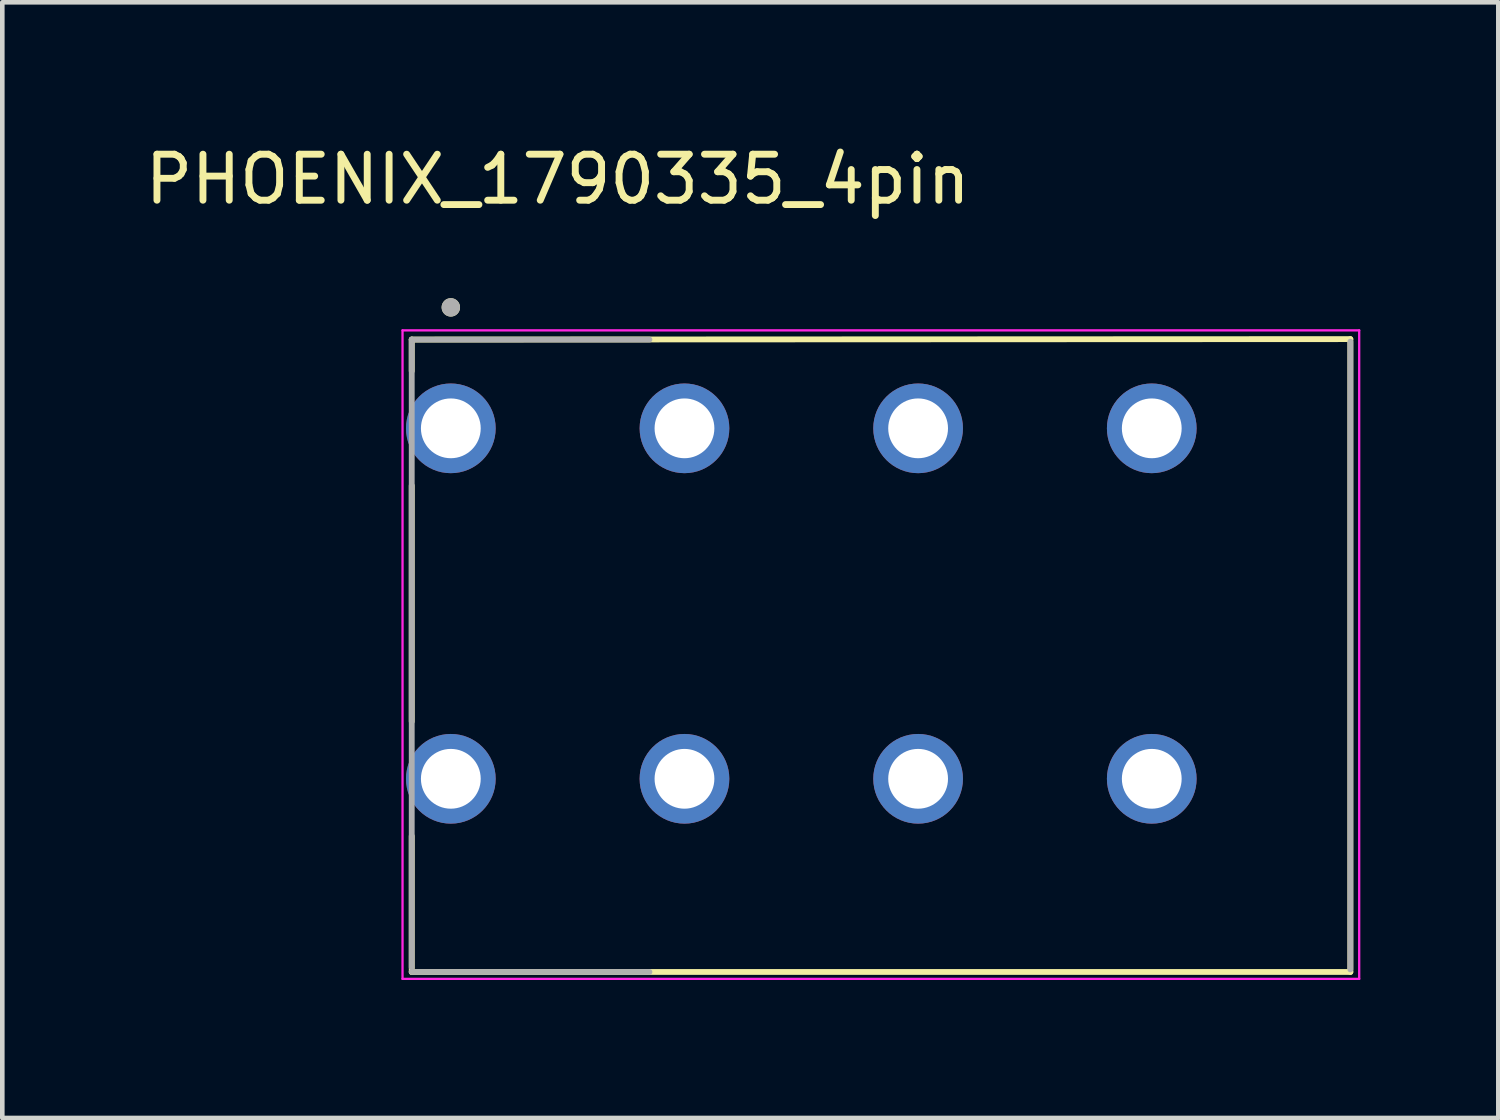
<source format=kicad_pcb>
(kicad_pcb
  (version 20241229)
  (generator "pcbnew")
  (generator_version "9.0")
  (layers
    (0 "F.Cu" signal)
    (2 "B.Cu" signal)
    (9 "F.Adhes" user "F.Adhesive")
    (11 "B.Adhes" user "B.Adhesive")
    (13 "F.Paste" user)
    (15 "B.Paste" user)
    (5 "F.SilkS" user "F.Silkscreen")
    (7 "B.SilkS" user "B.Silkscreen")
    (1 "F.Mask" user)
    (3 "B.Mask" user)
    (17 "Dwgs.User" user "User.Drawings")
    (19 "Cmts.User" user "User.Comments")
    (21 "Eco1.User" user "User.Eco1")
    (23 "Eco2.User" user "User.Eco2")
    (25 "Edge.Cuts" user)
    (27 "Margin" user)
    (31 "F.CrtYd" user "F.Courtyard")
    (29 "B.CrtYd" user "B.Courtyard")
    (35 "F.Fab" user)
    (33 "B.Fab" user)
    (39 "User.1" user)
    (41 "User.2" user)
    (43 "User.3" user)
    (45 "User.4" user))
  (footprint "PHOENIX_1790335_4pin"
    (layer "F.Cu")
    (at 5.902 17.983)
    (property "Reference" "PHOENIX_1790335_4pin" (at 3.175 -17.135 0) (layer "F.SilkS") (effects (font (size 1 1) (thickness 0.15))))
    (attr through_hole)
    (fp_line (start 0 -13.65) (end 0 -12.965) (stroke (width 0.127) (type solid)) (layer "F.SilkS"))
    (fp_line (start 0 -10.475) (end 0 -5.345) (stroke (width 0.127) (type solid)) (layer "F.SilkS"))
    (fp_line (start 0 -2.855) (end 0 0.1) (stroke (width 0.127) (type solid)) (layer "F.SilkS"))
    (fp_line (start 0 0.1) (end 20.408 0.1) (stroke (width 0.127) (type solid)) (layer "F.SilkS"))
    (fp_line (start 20.408 -13.66) (end 0 -13.65) (stroke (width 0.127) (type solid)) (layer "F.SilkS"))
    (fp_line (start 20.408 0.1) (end 20.408 -13.66) (stroke (width 0.127) (type solid)) (layer "F.SilkS"))
    (fp_circle (center 0.85 -14.35) (end 0.95 -14.35) (stroke (width 0.2) (type solid)) (fill no) (layer "F.SilkS"))
    (fp_line (start -0.2 -13.85) (end 20.6 -13.85) (stroke (width 0.05) (type default)) (layer "F.CrtYd"))
    (fp_line (start -0.2 0.25) (end -0.2 -13.85) (stroke (width 0.05) (type default)) (layer "F.CrtYd"))
    (fp_line (start 20.6 -13.85) (end 20.6 0.25) (stroke (width 0.05) (type default)) (layer "F.CrtYd"))
    (fp_line (start 20.6 0.25) (end -0.2 0.25) (stroke (width 0.05) (type default)) (layer "F.CrtYd"))
    (fp_line (start 0 -13.65) (end 0 0) (stroke (width 0.127) (type solid)) (layer "F.Fab"))
    (fp_line (start 0 0.1) (end 5.168 0.1) (stroke (width 0.127) (type solid)) (layer "F.Fab"))
    (fp_line (start 5.168 -13.65) (end 0 -13.65) (stroke (width 0.127) (type solid)) (layer "F.Fab"))
    (fp_line (start 20.408 0.045) (end 20.408 -13.605) (stroke (width 0.127) (type solid)) (layer "F.Fab"))
    (fp_circle (center 0.85 -14.35) (end 0.95 -14.35) (stroke (width 0.2) (type solid)) (fill no) (layer "F.Fab"))
    (pad "1" thru_hole circle (at 0.85 -11.72) (size 1.95 1.95) (drill 1.3) (layers "*.Cu" "*.Mask"))
    (pad "1" thru_hole circle (at 0.85 -4.1) (size 1.95 1.95) (drill 1.3) (layers "*.Cu" "*.Mask"))
    (pad "1" thru_hole circle (at 5.93 -4.1) (size 1.95 1.95) (drill 1.3) (layers "*.Cu" "*.Mask"))
    (pad "2" thru_hole circle (at 5.93 -11.72) (size 1.95 1.95) (drill 1.3) (layers "*.Cu" "*.Mask"))
    (pad "3" thru_hole circle (at 11.01 -11.72) (size 1.95 1.95) (drill 1.3) (layers "*.Cu" "*.Mask"))
    (pad "3" thru_hole circle (at 11.01 -4.1) (size 1.95 1.95) (drill 1.3) (layers "*.Cu" "*.Mask"))
    (pad "4" thru_hole circle (at 16.09 -11.72) (size 1.95 1.95) (drill 1.3) (layers "*.Cu" "*.Mask"))
    (pad "4" thru_hole circle (at 16.09 -4.1) (size 1.95 1.95) (drill 1.3) (layers "*.Cu" "*.Mask")))
  (gr_rect
    (start -3 -3)
    (end 29.527 21.258)
    (stroke (width 0.1) (type default))
    (fill no)
    (layer "Edge.Cuts")))
</source>
